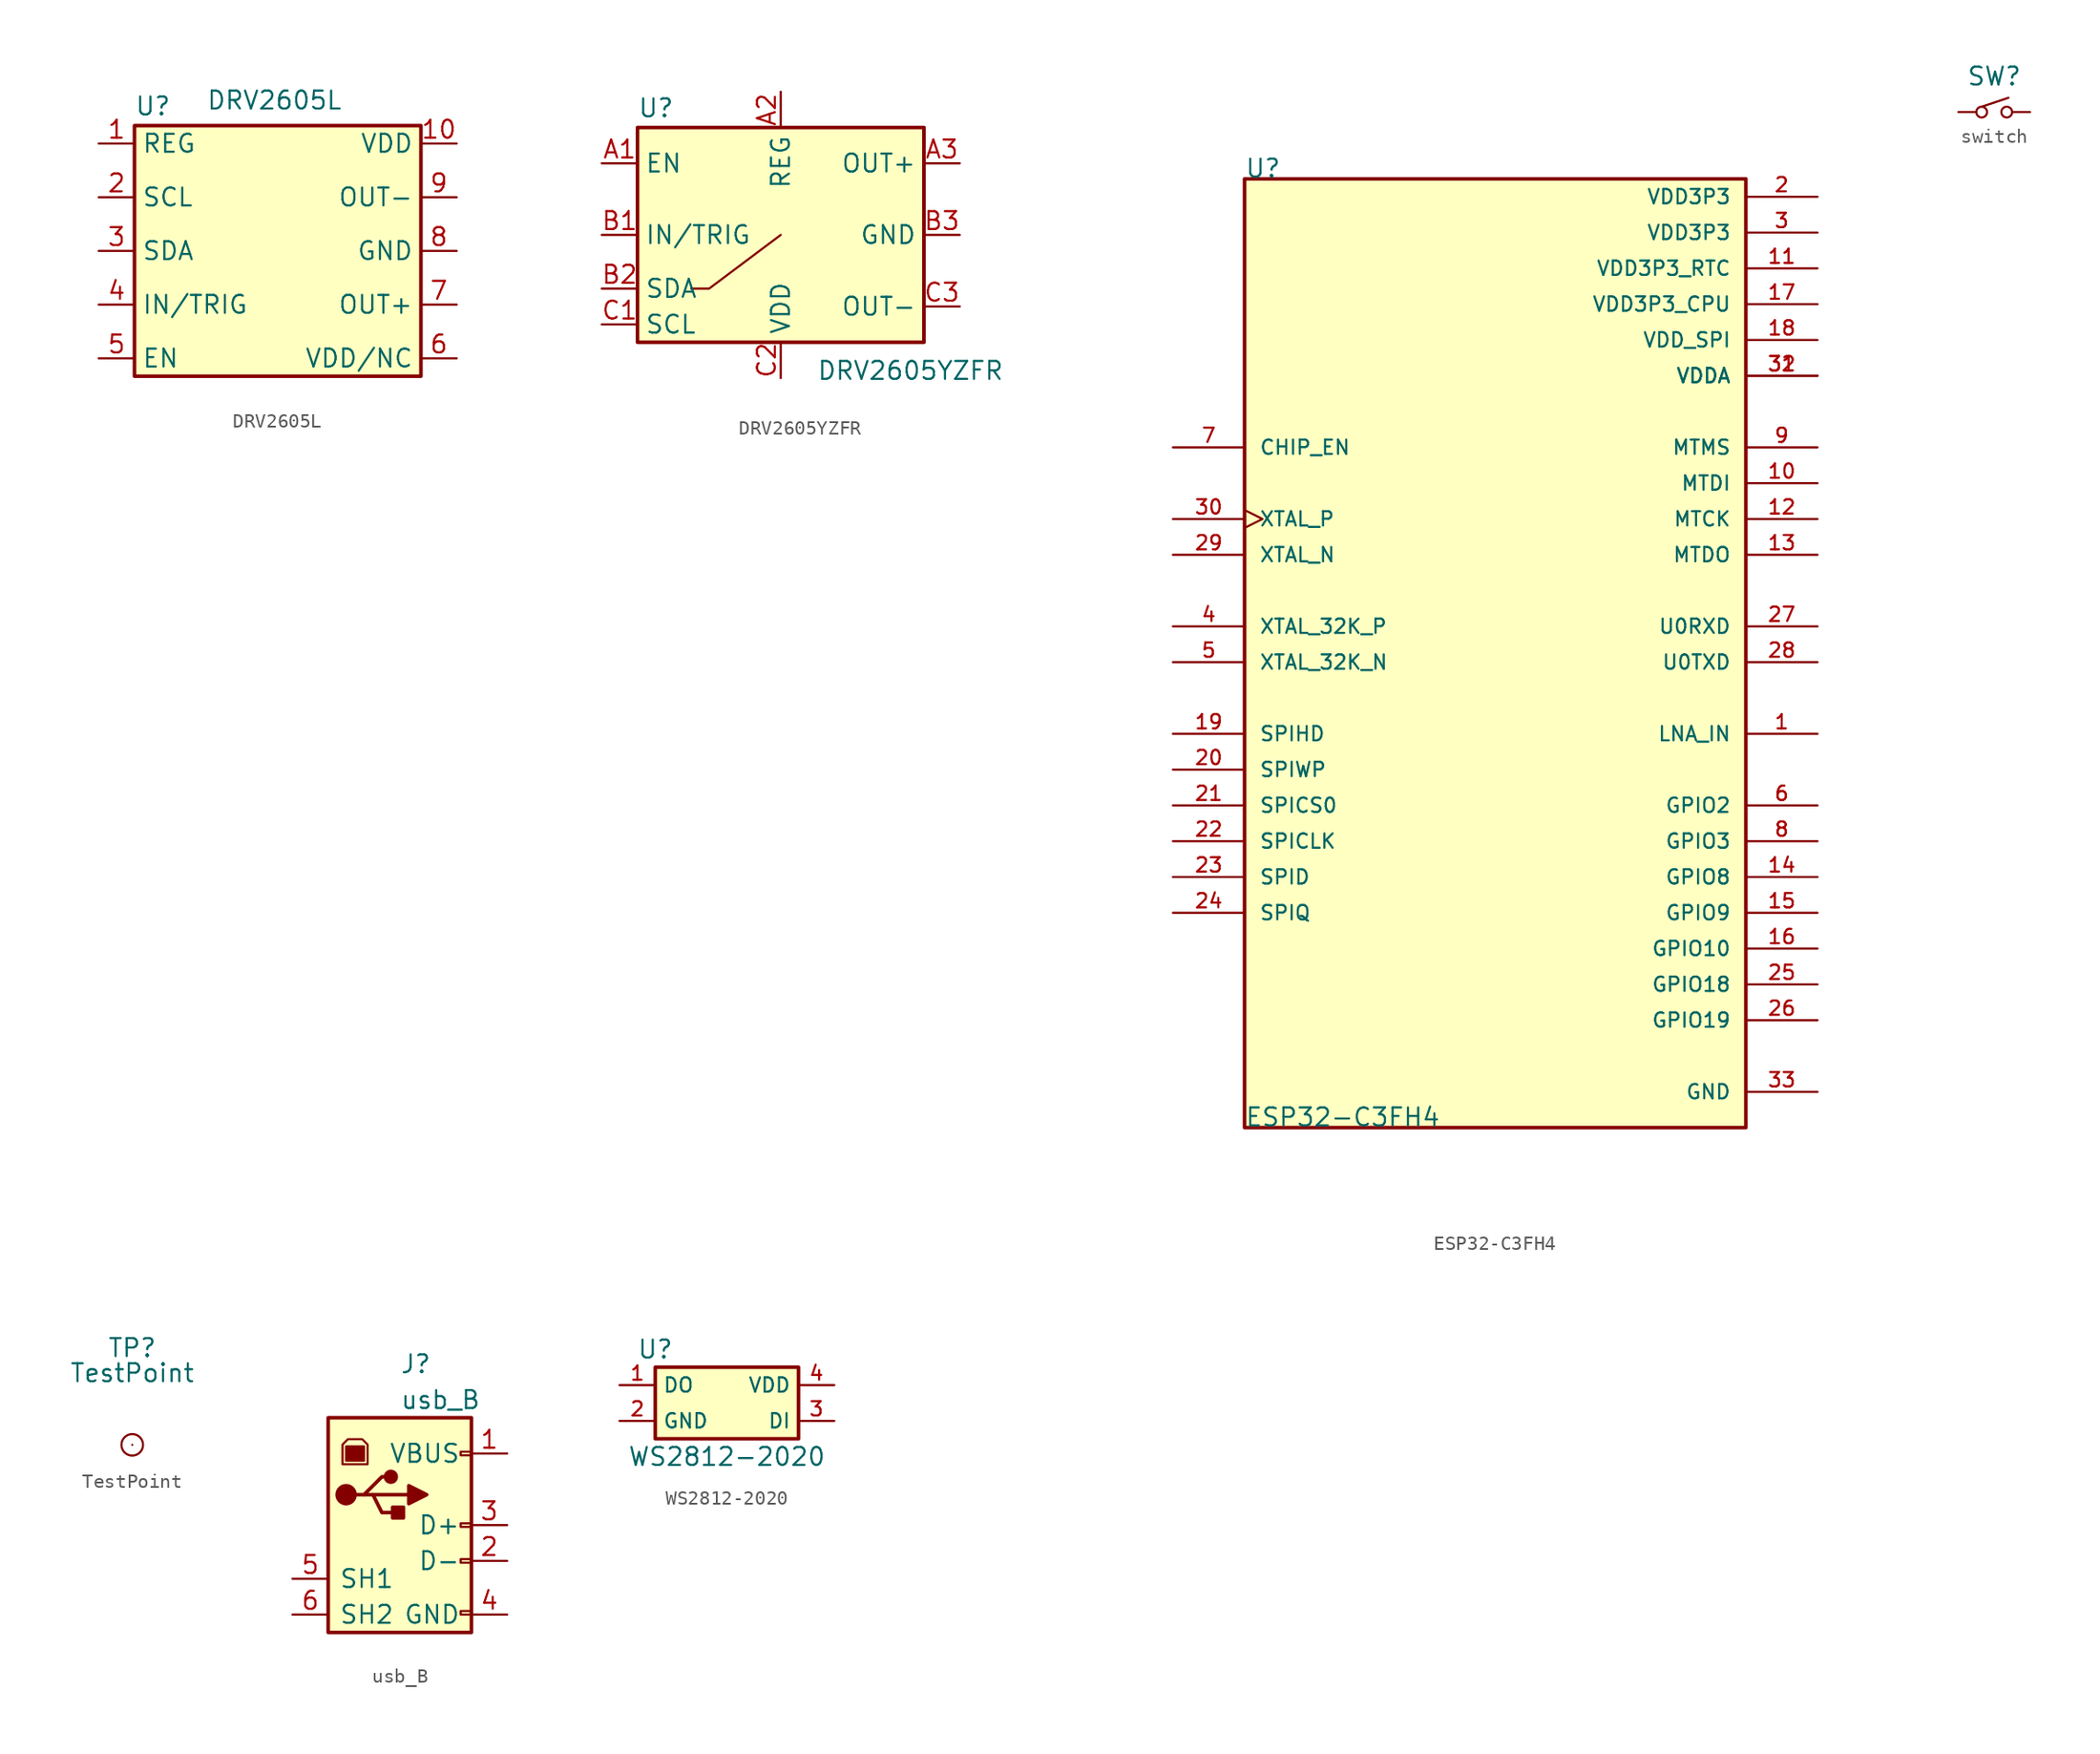
<source format=kicad_sym>
(kicad_symbol_lib
  (version 20220914)
  (generator kicad_symbol_editor)
  (symbol "DRV2605L"
    (property "Reference" "U"
      (at 2.54 1.905 0)
      (effects (font (size 1.27 1.27)) (justify left bottom)))
    (property "Value" "DRV2605L"
      (at 7.62 3.81 0)
      (effects (font (size 1.27 1.27)) (justify left top)))
    (symbol "DRV2605L_0_1"
      (rectangle (start 2.54 1.27) (end 22.86 -16.51) (stroke (width 0.254) (type default)) (fill (type background))))
    (symbol "DRV2605L_1_1"
      (pin passive line (at 0 0 0) (length 2.54) (name "REG" (effects (font (size 1.27 1.27)))) (number "1" (effects (font (size 1.27 1.27)))))
      (pin power_in line (at 25.4 0 180) (length 2.54) (name "VDD" (effects (font (size 1.27 1.27)))) (number "10" (effects (font (size 1.27 1.27)))))
      (pin input line (at 0 -3.81 0) (length 2.54) (name "SCL" (effects (font (size 1.27 1.27)))) (number "2" (effects (font (size 1.27 1.27)))))
      (pin bidirectional line (at 0 -7.62 0) (length 2.54) (name "SDA" (effects (font (size 1.27 1.27)))) (number "3" (effects (font (size 1.27 1.27)))))
      (pin input line (at 0 -11.43 0) (length 2.54) (name "IN/TRIG" (effects (font (size 1.27 1.27)))) (number "4" (effects (font (size 1.27 1.27)))))
      (pin input line (at 0 -15.24 0) (length 2.54) (name "EN" (effects (font (size 1.27 1.27)))) (number "5" (effects (font (size 1.27 1.27)))))
      (pin power_in line (at 25.4 -15.24 180) (length 2.54) (name "VDD/NC" (effects (font (size 1.27 1.27)))) (number "6" (effects (font (size 1.27 1.27)))))
      (pin output line (at 25.4 -11.43 180) (length 2.54) (name "OUT+" (effects (font (size 1.27 1.27)))) (number "7" (effects (font (size 1.27 1.27)))))
      (pin power_in line (at 25.4 -7.62 180) (length 2.54) (name "GND" (effects (font (size 1.27 1.27)))) (number "8" (effects (font (size 1.27 1.27)))))
      (pin output line (at 25.4 -3.81 180) (length 2.54) (name "OUT-" (effects (font (size 1.27 1.27)))) (number "9" (effects (font (size 1.27 1.27)))))))
  (symbol "DRV2605YZFR"
    (property "Reference" "U"
      (at -10.16 8.255 0)
      (effects (font (size 1.27 1.27)) (justify left bottom)))
    (property "Value" "DRV2605YZFR"
      (at 2.54 -8.89 0)
      (effects (font (size 1.27 1.27)) (justify left top)))
    (symbol "DRV2605YZFR_0_1"
      (rectangle (start -10.16 7.62) (end 10.16 -7.62) (stroke (width 0.254) (type default)) (fill (type background)))
      (polyline (pts (xy 0 0) (xy -5.08 -3.81) (xy -6.35 -3.81)) (stroke (width 0) (type default)) (fill (type none))))
    (symbol "DRV2605YZFR_1_1"
      (pin input line (at -12.7 5.08 0) (length 2.54) (name "EN" (effects (font (size 1.27 1.27)))) (number "A1" (effects (font (size 1.27 1.27)))))
      (pin passive line (at 0 10.16 270) (length 2.54) (name "REG" (effects (font (size 1.27 1.27)))) (number "A2" (effects (font (size 1.27 1.27)))))
      (pin output line (at 12.7 5.08 180) (length 2.54) (name "OUT+" (effects (font (size 1.27 1.27)))) (number "A3" (effects (font (size 1.27 1.27)))))
      (pin input line (at -12.7 0 0) (length 2.54) (name "IN/TRIG" (effects (font (size 1.27 1.27)))) (number "B1" (effects (font (size 1.27 1.27)))))
      (pin bidirectional line (at -12.7 -3.81 0) (length 2.54) (name "SDA" (effects (font (size 1.27 1.27)))) (number "B2" (effects (font (size 1.27 1.27)))))
      (pin power_in line (at 12.7 0 180) (length 2.54) (name "GND" (effects (font (size 1.27 1.27)))) (number "B3" (effects (font (size 1.27 1.27)))))
      (pin input line (at -12.7 -6.35 0) (length 2.54) (name "SCL" (effects (font (size 1.27 1.27)))) (number "C1" (effects (font (size 1.27 1.27)))))
      (pin power_in line (at 0 -10.16 90) (length 2.54) (name "VDD" (effects (font (size 1.27 1.27)))) (number "C2" (effects (font (size 1.27 1.27)))))
      (pin output line (at 12.7 -5.08 180) (length 2.54) (name "OUT-" (effects (font (size 1.27 1.27)))) (number "C3" (effects (font (size 1.27 1.27)))))))
  (symbol "ESP32-C3FH4"
    (pin_names
      (offset 1.016))
    (property "Reference" "U"
      (at -17.78 34.29 0)
      (effects (font (size 1.27 1.27)) (justify left bottom)))
    (property "Value" "ESP32-C3FH4"
      (at -17.78 -33.02 0)
      (effects (font (size 1.27 1.27)) (justify left bottom)))
    (symbol "ESP32-C3FH4_0_0"
      (rectangle (start -17.78 34.29) (end 17.78 -33.02) (stroke (width 0.254) (type default)) (fill (type background)))
      (pin bidirectional line (at 22.86 -5.08 180) (length 5.08) (name "LNA_IN" (effects (font (size 1.016 1.016)))) (number "1" (effects (font (size 1.016 1.016)))))
      (pin bidirectional line (at 22.86 12.7 180) (length 5.08) (name "MTDI" (effects (font (size 1.016 1.016)))) (number "10" (effects (font (size 1.016 1.016)))))
      (pin power_in line (at 22.86 27.94 180) (length 5.08) (name "VDD3P3_RTC" (effects (font (size 1.016 1.016)))) (number "11" (effects (font (size 1.016 1.016)))))
      (pin bidirectional line (at 22.86 10.16 180) (length 5.08) (name "MTCK" (effects (font (size 1.016 1.016)))) (number "12" (effects (font (size 1.016 1.016)))))
      (pin bidirectional line (at 22.86 7.62 180) (length 5.08) (name "MTDO" (effects (font (size 1.016 1.016)))) (number "13" (effects (font (size 1.016 1.016)))))
      (pin bidirectional line (at 22.86 -15.24 180) (length 5.08) (name "GPIO8" (effects (font (size 1.016 1.016)))) (number "14" (effects (font (size 1.016 1.016)))))
      (pin bidirectional line (at 22.86 -17.78 180) (length 5.08) (name "GPIO9" (effects (font (size 1.016 1.016)))) (number "15" (effects (font (size 1.016 1.016)))))
      (pin bidirectional line (at 22.86 -20.32 180) (length 5.08) (name "GPIO10" (effects (font (size 1.016 1.016)))) (number "16" (effects (font (size 1.016 1.016)))))
      (pin power_in line (at 22.86 25.4 180) (length 5.08) (name "VDD3P3_CPU" (effects (font (size 1.016 1.016)))) (number "17" (effects (font (size 1.016 1.016)))))
      (pin power_in line (at 22.86 22.86 180) (length 5.08) (name "VDD_SPI" (effects (font (size 1.016 1.016)))) (number "18" (effects (font (size 1.016 1.016)))))
      (pin bidirectional line (at -22.86 -5.08 0) (length 5.08) (name "SPIHD" (effects (font (size 1.016 1.016)))) (number "19" (effects (font (size 1.016 1.016)))))
      (pin power_in line (at 22.86 33.02 180) (length 5.08) (name "VDD3P3" (effects (font (size 1.016 1.016)))) (number "2" (effects (font (size 1.016 1.016)))))
      (pin bidirectional line (at -22.86 -7.62 0) (length 5.08) (name "SPIWP" (effects (font (size 1.016 1.016)))) (number "20" (effects (font (size 1.016 1.016)))))
      (pin bidirectional line (at -22.86 -10.16 0) (length 5.08) (name "SPICS0" (effects (font (size 1.016 1.016)))) (number "21" (effects (font (size 1.016 1.016)))))
      (pin bidirectional line (at -22.86 -12.7 0) (length 5.08) (name "SPICLK" (effects (font (size 1.016 1.016)))) (number "22" (effects (font (size 1.016 1.016)))))
      (pin bidirectional line (at -22.86 -15.24 0) (length 5.08) (name "SPID" (effects (font (size 1.016 1.016)))) (number "23" (effects (font (size 1.016 1.016)))))
      (pin bidirectional line (at -22.86 -17.78 0) (length 5.08) (name "SPIQ" (effects (font (size 1.016 1.016)))) (number "24" (effects (font (size 1.016 1.016)))))
      (pin bidirectional line (at 22.86 -22.86 180) (length 5.08) (name "GPIO18" (effects (font (size 1.016 1.016)))) (number "25" (effects (font (size 1.016 1.016)))))
      (pin bidirectional line (at 22.86 -25.4 180) (length 5.08) (name "GPIO19" (effects (font (size 1.016 1.016)))) (number "26" (effects (font (size 1.016 1.016)))))
      (pin bidirectional line (at 22.86 2.54 180) (length 5.08) (name "U0RXD" (effects (font (size 1.016 1.016)))) (number "27" (effects (font (size 1.016 1.016)))))
      (pin bidirectional line (at 22.86 0 180) (length 5.08) (name "U0TXD" (effects (font (size 1.016 1.016)))) (number "28" (effects (font (size 1.016 1.016)))))
      (pin output line (at -22.86 7.62 0) (length 5.08) (name "XTAL_N" (effects (font (size 1.016 1.016)))) (number "29" (effects (font (size 1.016 1.016)))))
      (pin power_in line (at 22.86 30.48 180) (length 5.08) (name "VDD3P3" (effects (font (size 1.016 1.016)))) (number "3" (effects (font (size 1.016 1.016)))))
      (pin input clock (at -22.86 10.16 0) (length 5.08) (name "XTAL_P" (effects (font (size 1.016 1.016)))) (number "30" (effects (font (size 1.016 1.016)))))
      (pin power_in line (at 22.86 20.32 180) (length 5.08) (name "VDDA" (effects (font (size 1.016 1.016)))) (number "31" (effects (font (size 1.016 1.016)))))
      (pin power_in line (at 22.86 20.32 180) (length 5.08) (name "VDDA" (effects (font (size 1.016 1.016)))) (number "32" (effects (font (size 1.016 1.016)))))
      (pin power_in line (at 22.86 -30.48 180) (length 5.08) (name "GND" (effects (font (size 1.016 1.016)))) (number "33" (effects (font (size 1.016 1.016)))))
      (pin bidirectional line (at -22.86 2.54 0) (length 5.08) (name "XTAL_32K_P" (effects (font (size 1.016 1.016)))) (number "4" (effects (font (size 1.016 1.016)))))
      (pin bidirectional line (at -22.86 0 0) (length 5.08) (name "XTAL_32K_N" (effects (font (size 1.016 1.016)))) (number "5" (effects (font (size 1.016 1.016)))))
      (pin bidirectional line (at 22.86 -10.16 180) (length 5.08) (name "GPIO2" (effects (font (size 1.016 1.016)))) (number "6" (effects (font (size 1.016 1.016)))))
      (pin input line (at -22.86 15.24 0) (length 5.08) (name "CHIP_EN" (effects (font (size 1.016 1.016)))) (number "7" (effects (font (size 1.016 1.016)))))
      (pin bidirectional line (at 22.86 -12.7 180) (length 5.08) (name "GPIO3" (effects (font (size 1.016 1.016)))) (number "8" (effects (font (size 1.016 1.016)))))
      (pin bidirectional line (at 22.86 15.24 180) (length 5.08) (name "MTMS" (effects (font (size 1.016 1.016)))) (number "9" (effects (font (size 1.016 1.016)))))))
  (symbol "switch"
    (pin_numbers hide)
    (pin_names hide)
    (property "Reference" "SW"
      (at 0 2.54 0)
      (effects (font (size 1.27 1.27))))
    (property "Value" ""
      (at -0.889 0 0)
      (effects (font (size 1.27 1.27))))
    (symbol "switch_0_1"
      (circle (center -0.889 0) (radius 0.381) (stroke (width 0) (type default)) (fill (type none)))
      (polyline (pts (xy -0.889 0.381) (xy 1.016 1.016)) (stroke (width 0) (type default)) (fill (type none)))
      (circle (center 0.889 0) (radius 0.381) (stroke (width 0) (type default)) (fill (type none))))
    (symbol "switch_1_1"
      (pin input line (at -2.54 0 0) (length 1.27) (name "1" (effects (font (size 1.27 1.27)))) (number "1" (effects (font (size 1.27 1.27)))))
      (pin input line (at 2.54 0 180) (length 1.27) (name "2" (effects (font (size 1.27 1.27)))) (number "2" (effects (font (size 1.27 1.27)))))))
  (symbol "TestPoint"
    (pin_numbers hide)
    (pin_names
      (offset 0.762) hide)
    (property "Reference" "TP"
      (at 0 6.858 0)
      (effects (font (size 1.27 1.27))))
    (property "Value" "TestPoint"
      (at 0 5.08 0)
      (effects (font (size 1.27 1.27))))
    (symbol "TestPoint_0_1"
      (circle (center 0 0) (radius 0.762) (stroke (width 0) (type default)) (fill (type none))))
    (symbol "TestPoint_1_1"
      (pin passive line (at 0 0 90) (length 0) (name "1" (effects (font (size 1.27 1.27)))) (number "1" (effects (font (size 1.27 1.27)))))))
  (symbol "usb_B"
    (pin_names
      (offset 0.762))
    (property "Reference" "J"
      (at 5.08 3.81 0)
      (effects (font (size 1.27 1.27)) (justify left)))
    (property "Value" "usb_B"
      (at 5.08 1.27 0)
      (effects (font (size 1.27 1.27)) (justify left)))
    (symbol "usb_B_0_0"
      (pin passive line (at -2.54 -11.43 0) (length 2.54) (name "SH1" (effects (font (size 1.27 1.27)))) (number "5" (effects (font (size 1.27 1.27)))))
      (pin passive line (at -2.54 -13.97 0) (length 2.54) (name "SH2" (effects (font (size 1.27 1.27)))) (number "6" (effects (font (size 1.27 1.27))))))
    (symbol "usb_B_0_1"
      (rectangle (start 0 -15.24) (end 10.16 0) (stroke (width 0.254) (type default)) (fill (type background)))
      (polyline (pts (xy 3.175 -5.461) (xy 5.715 -5.461)) (stroke (width 0.254) (type default)) (fill (type none)))
      (polyline (pts (xy 1.905 -5.461) (xy 2.54 -5.461) (xy 3.81 -4.191) (xy 4.445 -4.191)) (stroke (width 0.254) (type default)) (fill (type none)))
      (polyline (pts (xy 2.54 -5.461) (xy 3.175 -5.461) (xy 3.81 -6.731) (xy 5.08 -6.731)) (stroke (width 0.254) (type default)) (fill (type none)))
      (polyline (pts (xy 5.715 -4.826) (xy 5.715 -6.096) (xy 6.985 -5.461) (xy 5.715 -4.826)) (stroke (width 0.254) (type default)) (fill (type outline)))
      (polyline (pts (xy 1.016 -3.302) (xy 2.794 -3.302) (xy 2.794 -1.905) (xy 2.413 -1.524) (xy 1.397 -1.524) (xy 1.016 -1.905) (xy 1.016 -3.302)) (stroke (width 0) (type default)) (fill (type none)))
      (circle (center 1.27 -5.461) (radius 0.635) (stroke (width 0.254) (type default)) (fill (type outline)))
      (rectangle (start 1.27 -2.032) (end 2.54 -3.048) (stroke (width 0) (type default)) (fill (type outline)))
      (circle (center 4.445 -4.191) (radius 0.381) (stroke (width 0.254) (type default)) (fill (type outline)))
      (rectangle (start 5.334 -6.35) (end 4.572 -7.112) (stroke (width 0.254) (type default)) (fill (type outline)))
      (rectangle (start 10.16 -13.97) (end 9.398 -13.716) (stroke (width 0) (type default)) (fill (type none)))
      (rectangle (start 10.16 -10.287) (end 9.398 -10.033) (stroke (width 0) (type default)) (fill (type none)))
      (rectangle (start 10.16 -7.747) (end 9.398 -7.493) (stroke (width 0) (type default)) (fill (type none)))
      (rectangle (start 10.16 -2.667) (end 9.398 -2.413) (stroke (width 0) (type default)) (fill (type none))))
    (symbol "usb_B_1_1"
      (pin power_out line (at 12.7 -2.54 180) (length 2.54) (name "VBUS" (effects (font (size 1.27 1.27)))) (number "1" (effects (font (size 1.27 1.27)))))
      (pin bidirectional line (at 12.7 -10.16 180) (length 2.54) (name "D-" (effects (font (size 1.27 1.27)))) (number "2" (effects (font (size 1.27 1.27)))))
      (pin bidirectional line (at 12.7 -7.62 180) (length 2.54) (name "D+" (effects (font (size 1.27 1.27)))) (number "3" (effects (font (size 1.27 1.27)))))
      (pin power_out line (at 12.7 -13.97 180) (length 2.54) (name "GND" (effects (font (size 1.27 1.27)))) (number "4" (effects (font (size 1.27 1.27)))))))
  (symbol "WS2812-2020"
    (property "Reference" "U"
      (at 2.54 2.54 0)
      (effects (font (size 1.27 1.27))))
    (property "Value" "WS2812-2020"
      (at 7.62 -5.08 0)
      (effects (font (size 1.27 1.27))))
    (symbol "WS2812-2020_0_0"
      (rectangle (start 2.54 1.27) (end 12.7 -3.81) (stroke (width 0.254) (type default)) (fill (type background))))
    (symbol "WS2812-2020_1_1"
      (pin input line (at 0 0 0) (length 2.54) (name "DO" (effects (font (size 1.016 1.016)))) (number "1" (effects (font (size 1.016 1.016)))))
      (pin power_in line (at 0 -2.54 0) (length 2.54) (name "GND" (effects (font (size 1.016 1.016)))) (number "2" (effects (font (size 1.016 1.016)))))
      (pin output line (at 15.24 -2.54 180) (length 2.54) (name "DI" (effects (font (size 1.016 1.016)))) (number "3" (effects (font (size 1.016 1.016)))))
      (pin power_in line (at 15.24 0 180) (length 2.54) (name "VDD" (effects (font (size 1.016 1.016)))) (number "4" (effects (font (size 1.016 1.016))))))))
</source>
